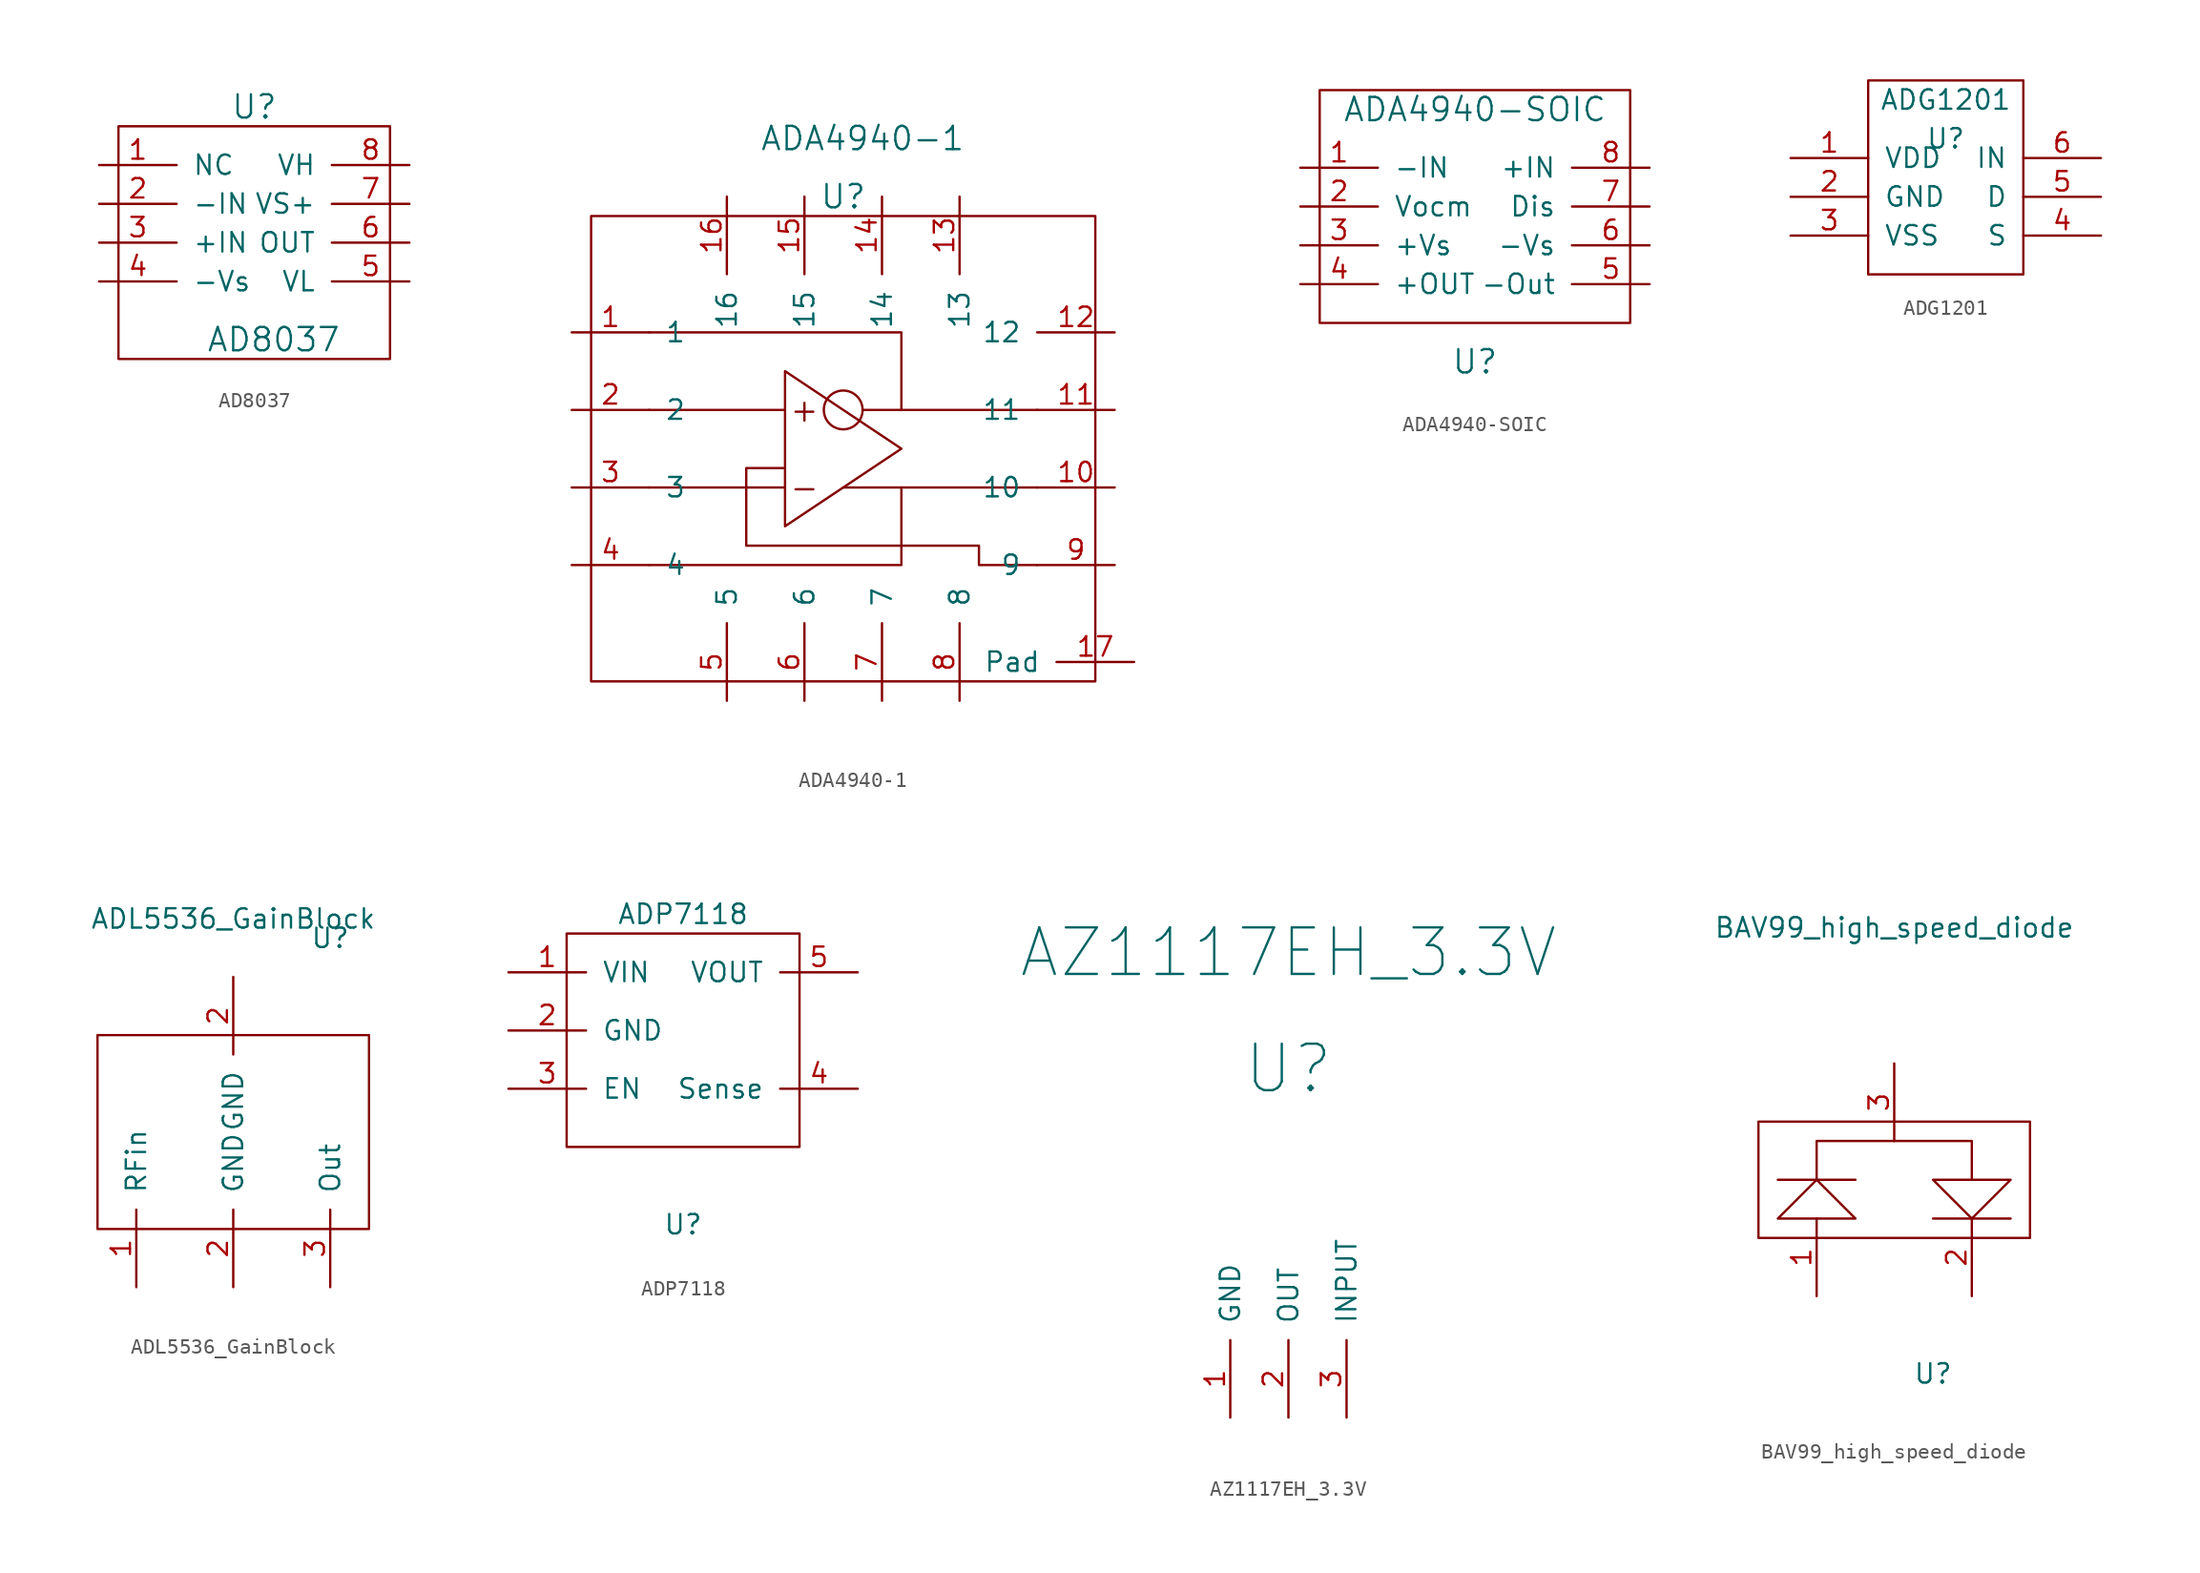
<source format=kicad_sym>
(kicad_symbol_lib
  (version 20220914)
  (generator kicad_symbol_editor)
  (symbol "AD8037"
    (pin_names
      (offset 1.016))
    (property "Reference" "U"
      (at 0 8.89 0)
      (effects (font (size 1.524 1.524))))
    (property "Value" "AD8037"
      (at 1.27 -6.35 0)
      (effects (font (size 1.524 1.524))))
    (property "Footprint" ""
      (at 0 0 0)
      (effects (font (size 1.524 1.524))))
    (property "Datasheet" ""
      (at 0 0 0)
      (effects (font (size 1.524 1.524))))
    (symbol "AD8037_0_1"
      (rectangle (start 8.89 7.62) (end -8.89 -7.62) (stroke (width 0) (type solid)) (fill (type none))))
    (symbol "AD8037_1_1"
      (pin input line (at -10.16 5.08 0) (length 5.08) (name "NC" (effects (font (size 1.27 1.27)))) (number "1" (effects (font (size 1.27 1.27)))))
      (pin input line (at -10.16 2.54 0) (length 5.08) (name "-IN" (effects (font (size 1.27 1.27)))) (number "2" (effects (font (size 1.27 1.27)))))
      (pin input line (at -10.16 0 0) (length 5.08) (name "+IN" (effects (font (size 1.27 1.27)))) (number "3" (effects (font (size 1.27 1.27)))))
      (pin input line (at -10.16 -2.54 0) (length 5.08) (name "-Vs" (effects (font (size 1.27 1.27)))) (number "4" (effects (font (size 1.27 1.27)))))
      (pin input line (at 10.16 -2.54 180) (length 5.08) (name "VL" (effects (font (size 1.27 1.27)))) (number "5" (effects (font (size 1.27 1.27)))))
      (pin input line (at 10.16 0 180) (length 5.08) (name "OUT" (effects (font (size 1.27 1.27)))) (number "6" (effects (font (size 1.27 1.27)))))
      (pin input line (at 10.16 2.54 180) (length 5.08) (name "VS+" (effects (font (size 1.27 1.27)))) (number "7" (effects (font (size 1.27 1.27)))))
      (pin input line (at 10.16 5.08 180) (length 5.08) (name "VH" (effects (font (size 1.27 1.27)))) (number "8" (effects (font (size 1.27 1.27)))))))
  (symbol "ADA4940-1"
    (pin_names
      (offset 1.016))
    (property "Reference" "U"
      (at 0 16.51 0)
      (effects (font (size 1.524 1.524))))
    (property "Value" "ADA4940-1"
      (at 1.27 20.32 0)
      (effects (font (size 1.524 1.524))))
    (property "Footprint" ""
      (at 0 0 0)
      (effects (font (size 1.524 1.524))))
    (property "Datasheet" ""
      (at 0 0 0)
      (effects (font (size 1.524 1.524))))
    (symbol "ADA4940-1_0_0"
      (text "+" (at -2.54 2.54 0) (effects (font (size 1.524 1.524))))
      (text "-" (at -2.54 -2.54 0) (effects (font (size 1.524 1.524)))))
    (symbol "ADA4940-1_0_1"
      (rectangle (start -16.51 15.24) (end 16.51 -15.24) (stroke (width 0) (type solid)) (fill (type none)))
      (polyline (pts (xy -12.7 -2.54) (xy -3.81 -2.54)) (stroke (width 0) (type solid)) (fill (type none)))
      (polyline (pts (xy -3.81 2.54) (xy -12.7 2.54)) (stroke (width 0) (type solid)) (fill (type none)))
      (polyline (pts (xy 0 -2.54) (xy 12.7 -2.54)) (stroke (width 0) (type solid)) (fill (type none)))
      (polyline (pts (xy 1.27 2.54) (xy 12.7 2.54)) (stroke (width 0) (type solid)) (fill (type none)))
      (polyline (pts (xy -12.7 7.62) (xy 3.81 7.62) (xy 3.81 2.54)) (stroke (width 0) (type solid)) (fill (type none)))
      (polyline (pts (xy 3.81 -2.54) (xy 3.81 -7.62) (xy -12.7 -7.62)) (stroke (width 0) (type solid)) (fill (type none)))
      (polyline (pts (xy -3.81 5.08) (xy -3.81 -5.08) (xy 3.81 0) (xy -3.81 5.08)) (stroke (width 0) (type solid)) (fill (type none)))
      (polyline (pts (xy -3.81 -1.27) (xy -6.35 -1.27) (xy -6.35 -6.35) (xy 8.89 -6.35) (xy 8.89 -7.62) (xy 12.7 -7.62)) (stroke (width 0) (type solid)) (fill (type none)))
      (circle (center 0 2.54) (radius 1.27) (stroke (width 0) (type solid)) (fill (type none))))
    (symbol "ADA4940-1_1_1"
      (pin input line (at -17.78 7.62 0) (length 5.08) (name "1" (effects (font (size 1.27 1.27)))) (number "1" (effects (font (size 1.27 1.27)))))
      (pin input line (at 17.78 -2.54 180) (length 5.08) (name "10" (effects (font (size 1.27 1.27)))) (number "10" (effects (font (size 1.27 1.27)))))
      (pin input line (at 17.78 2.54 180) (length 5.08) (name "11" (effects (font (size 1.27 1.27)))) (number "11" (effects (font (size 1.27 1.27)))))
      (pin input line (at 17.78 7.62 180) (length 5.08) (name "12" (effects (font (size 1.27 1.27)))) (number "12" (effects (font (size 1.27 1.27)))))
      (pin input line (at 7.62 16.51 270) (length 5.08) (name "13" (effects (font (size 1.27 1.27)))) (number "13" (effects (font (size 1.27 1.27)))))
      (pin input line (at 2.54 16.51 270) (length 5.08) (name "14" (effects (font (size 1.27 1.27)))) (number "14" (effects (font (size 1.27 1.27)))))
      (pin input line (at -2.54 16.51 270) (length 5.08) (name "15" (effects (font (size 1.27 1.27)))) (number "15" (effects (font (size 1.27 1.27)))))
      (pin input line (at -7.62 16.51 270) (length 5.08) (name "16" (effects (font (size 1.27 1.27)))) (number "16" (effects (font (size 1.27 1.27)))))
      (pin input line (at 19.05 -13.97 180) (length 5.08) (name "Pad" (effects (font (size 1.27 1.27)))) (number "17" (effects (font (size 1.27 1.27)))))
      (pin input line (at -17.78 2.54 0) (length 5.08) (name "2" (effects (font (size 1.27 1.27)))) (number "2" (effects (font (size 1.27 1.27)))))
      (pin input line (at -17.78 -2.54 0) (length 5.08) (name "3" (effects (font (size 1.27 1.27)))) (number "3" (effects (font (size 1.27 1.27)))))
      (pin input line (at -17.78 -7.62 0) (length 5.08) (name "4" (effects (font (size 1.27 1.27)))) (number "4" (effects (font (size 1.27 1.27)))))
      (pin input line (at -7.62 -16.51 90) (length 5.08) (name "5" (effects (font (size 1.27 1.27)))) (number "5" (effects (font (size 1.27 1.27)))))
      (pin input line (at -2.54 -16.51 90) (length 5.08) (name "6" (effects (font (size 1.27 1.27)))) (number "6" (effects (font (size 1.27 1.27)))))
      (pin input line (at 2.54 -16.51 90) (length 5.08) (name "7" (effects (font (size 1.27 1.27)))) (number "7" (effects (font (size 1.27 1.27)))))
      (pin input line (at 7.62 -16.51 90) (length 5.08) (name "8" (effects (font (size 1.27 1.27)))) (number "8" (effects (font (size 1.27 1.27)))))
      (pin input line (at 17.78 -7.62 180) (length 5.08) (name "9" (effects (font (size 1.27 1.27)))) (number "9" (effects (font (size 1.27 1.27)))))))
  (symbol "ADA4940-SOIC"
    (pin_names
      (offset 1.016))
    (property "Reference" "U"
      (at 0 -8.89 0)
      (effects (font (size 1.524 1.524))))
    (property "Value" "ADA4940-SOIC"
      (at 0 7.62 0)
      (effects (font (size 1.524 1.524))))
    (property "Footprint" ""
      (at 0 0 0)
      (effects (font (size 1.524 1.524))))
    (property "Datasheet" ""
      (at 0 0 0)
      (effects (font (size 1.524 1.524))))
    (symbol "ADA4940-SOIC_0_1"
      (rectangle (start 10.16 -6.35) (end -10.16 8.89) (stroke (width 0) (type solid)) (fill (type none))))
    (symbol "ADA4940-SOIC_1_1"
      (pin input line (at -11.43 3.81 0) (length 5.08) (name "-IN" (effects (font (size 1.27 1.27)))) (number "1" (effects (font (size 1.27 1.27)))))
      (pin input line (at -11.43 1.27 0) (length 5.08) (name "Vocm" (effects (font (size 1.27 1.27)))) (number "2" (effects (font (size 1.27 1.27)))))
      (pin input line (at -11.43 -1.27 0) (length 5.08) (name "+Vs" (effects (font (size 1.27 1.27)))) (number "3" (effects (font (size 1.27 1.27)))))
      (pin input line (at -11.43 -3.81 0) (length 5.08) (name "+OUT" (effects (font (size 1.27 1.27)))) (number "4" (effects (font (size 1.27 1.27)))))
      (pin input line (at 11.43 -3.81 180) (length 5.08) (name "-Out" (effects (font (size 1.27 1.27)))) (number "5" (effects (font (size 1.27 1.27)))))
      (pin input line (at 11.43 -1.27 180) (length 5.08) (name "-Vs" (effects (font (size 1.27 1.27)))) (number "6" (effects (font (size 1.27 1.27)))))
      (pin input line (at 11.43 1.27 180) (length 5.08) (name "Dis" (effects (font (size 1.27 1.27)))) (number "7" (effects (font (size 1.27 1.27)))))
      (pin input line (at 11.43 3.81 180) (length 5.08) (name "+IN" (effects (font (size 1.27 1.27)))) (number "8" (effects (font (size 1.27 1.27)))))))
  (symbol "ADG1201"
    (pin_names
      (offset 1.016))
    (property "Reference" "U"
      (at 0 2.54 0)
      (effects (font (size 1.27 1.27))))
    (property "Value" "ADG1201"
      (at 0 5.08 0)
      (effects (font (size 1.27 1.27))))
    (symbol "ADG1201_0_1"
      (rectangle (start -5.08 6.35) (end 5.08 -6.35) (stroke (width 0) (type solid)) (fill (type none))))
    (symbol "ADG1201_1_1"
      (pin input line (at -10.16 1.27 0) (length 5.08) (name "VDD" (effects (font (size 1.27 1.27)))) (number "1" (effects (font (size 1.27 1.27)))))
      (pin input line (at -10.16 -1.27 0) (length 5.08) (name "GND" (effects (font (size 1.27 1.27)))) (number "2" (effects (font (size 1.27 1.27)))))
      (pin input line (at -10.16 -3.81 0) (length 5.08) (name "VSS" (effects (font (size 1.27 1.27)))) (number "3" (effects (font (size 1.27 1.27)))))
      (pin input line (at 10.16 -3.81 180) (length 5.08) (name "S" (effects (font (size 1.27 1.27)))) (number "4" (effects (font (size 1.27 1.27)))))
      (pin input line (at 10.16 -1.27 180) (length 5.08) (name "D" (effects (font (size 1.27 1.27)))) (number "5" (effects (font (size 1.27 1.27)))))
      (pin input line (at 10.16 1.27 180) (length 5.08) (name "IN" (effects (font (size 1.27 1.27)))) (number "6" (effects (font (size 1.27 1.27)))))))
  (symbol "ADL5536_GainBlock"
    (pin_names
      (offset 1.016))
    (property "Reference" "U"
      (at 6.35 10.16 0)
      (effects (font (size 1.27 1.27))))
    (property "Value" "ADL5536_GainBlock"
      (at 0 11.43 0)
      (effects (font (size 1.27 1.27))))
    (symbol "ADL5536_GainBlock_0_1"
      (rectangle (start -8.89 3.81) (end 8.89 -8.89) (stroke (width 0) (type solid)) (fill (type none))))
    (symbol "ADL5536_GainBlock_1_1"
      (pin input line (at -6.35 -12.7 90) (length 5.08) (name "RFin" (effects (font (size 1.27 1.27)))) (number "1" (effects (font (size 1.27 1.27)))))
      (pin input line (at 0 -12.7 90) (length 5.08) (name "GND" (effects (font (size 1.27 1.27)))) (number "2" (effects (font (size 1.27 1.27)))))
      (pin input line (at 0 7.62 270) (length 5.08) (name "GND" (effects (font (size 1.27 1.27)))) (number "2" (effects (font (size 1.27 1.27)))))
      (pin input line (at 6.35 -12.7 90) (length 5.08) (name "Out" (effects (font (size 1.27 1.27)))) (number "3" (effects (font (size 1.27 1.27)))))))
  (symbol "ADP7118"
    (pin_names
      (offset 1.016))
    (property "Reference" "U"
      (at 0 -11.43 0)
      (effects (font (size 1.27 1.27))))
    (property "Value" "ADP7118"
      (at 0 8.89 0)
      (effects (font (size 1.27 1.27))))
    (symbol "ADP7118_0_1"
      (rectangle (start -7.62 7.62) (end 7.62 -6.35) (stroke (width 0) (type solid)) (fill (type none))))
    (symbol "ADP7118_1_1"
      (pin input line (at -11.43 5.08 0) (length 5.08) (name "VIN" (effects (font (size 1.27 1.27)))) (number "1" (effects (font (size 1.27 1.27)))))
      (pin input line (at -11.43 1.27 0) (length 5.08) (name "GND" (effects (font (size 1.27 1.27)))) (number "2" (effects (font (size 1.27 1.27)))))
      (pin input line (at -11.43 -2.54 0) (length 5.08) (name "EN" (effects (font (size 1.27 1.27)))) (number "3" (effects (font (size 1.27 1.27)))))
      (pin input line (at 11.43 -2.54 180) (length 5.08) (name "Sense" (effects (font (size 1.27 1.27)))) (number "4" (effects (font (size 1.27 1.27)))))
      (pin input line (at 11.43 5.08 180) (length 5.08) (name "VOUT" (effects (font (size 1.27 1.27)))) (number "5" (effects (font (size 1.27 1.27)))))))
  (symbol "AZ1117EH_3.3V"
    (pin_names
      (offset 1.016))
    (property "Reference" "U"
      (at 0 0 0)
      (effects (font (size 3.048 3.048))))
    (property "Value" "AZ1117EH_3.3V"
      (at 0 7.62 0)
      (effects (font (size 3.048 3.048))))
    (symbol "AZ1117EH_3.3V_1_1"
      (pin input line (at -3.81 -22.86 90) (length 5.08) (name "GND" (effects (font (size 1.27 1.27)))) (number "1" (effects (font (size 1.27 1.27)))))
      (pin input line (at 0 -22.86 90) (length 5.08) (name "OUT" (effects (font (size 1.27 1.27)))) (number "2" (effects (font (size 1.27 1.27)))))
      (pin input line (at 3.81 -22.86 90) (length 5.08) (name "INPUT" (effects (font (size 1.27 1.27)))) (number "3" (effects (font (size 1.27 1.27)))))))
  (symbol "BAV99_high_speed_diode"
    (pin_names
      (offset 1.016))
    (property "Reference" "U"
      (at 2.54 -11.43 0)
      (effects (font (size 1.27 1.27))))
    (property "Value" "BAV99_high_speed_diode"
      (at 0 17.78 0)
      (effects (font (size 1.27 1.27))))
    (symbol "BAV99_high_speed_diode_0_1"
      (rectangle (start -8.89 -2.54) (end 8.89 5.08) (stroke (width 0) (type solid)) (fill (type none)))
      (polyline (pts (xy -7.62 1.27) (xy -2.54 1.27)) (stroke (width 0) (type solid)) (fill (type none)))
      (polyline (pts (xy -5.08 1.27) (xy -5.08 3.81) (xy 0 3.81)) (stroke (width 0) (type solid)) (fill (type none)))
      (polyline (pts (xy 5.08 1.27) (xy 5.08 3.81) (xy 0 3.81)) (stroke (width 0) (type solid)) (fill (type none)))
      (polyline (pts (xy -6.35 -1.27) (xy -2.54 -1.27) (xy -5.08 1.27) (xy -7.62 -1.27) (xy -6.35 -1.27)) (stroke (width 0) (type solid)) (fill (type none))))
    (symbol "BAV99_high_speed_diode_1_1"
      (polyline (pts (xy 7.62 -1.27) (xy 2.54 -1.27)) (stroke (width 0) (type solid)) (fill (type none)))
      (polyline (pts (xy 6.35 1.27) (xy 2.54 1.27) (xy 5.08 -1.27) (xy 7.62 1.27) (xy 6.35 1.27)) (stroke (width 0) (type solid)) (fill (type none)))
      (pin input line (at -5.08 -6.35 90) (length 5.08) (name "~" (effects (font (size 1.27 1.27)))) (number "1" (effects (font (size 1.27 1.27)))))
      (pin input line (at 5.08 -6.35 90) (length 5.08) (name "~" (effects (font (size 1.27 1.27)))) (number "2" (effects (font (size 1.27 1.27)))))
      (pin input line (at 0 8.89 270) (length 5.08) (name "~" (effects (font (size 1.27 1.27)))) (number "3" (effects (font (size 1.27 1.27))))))))
</source>
